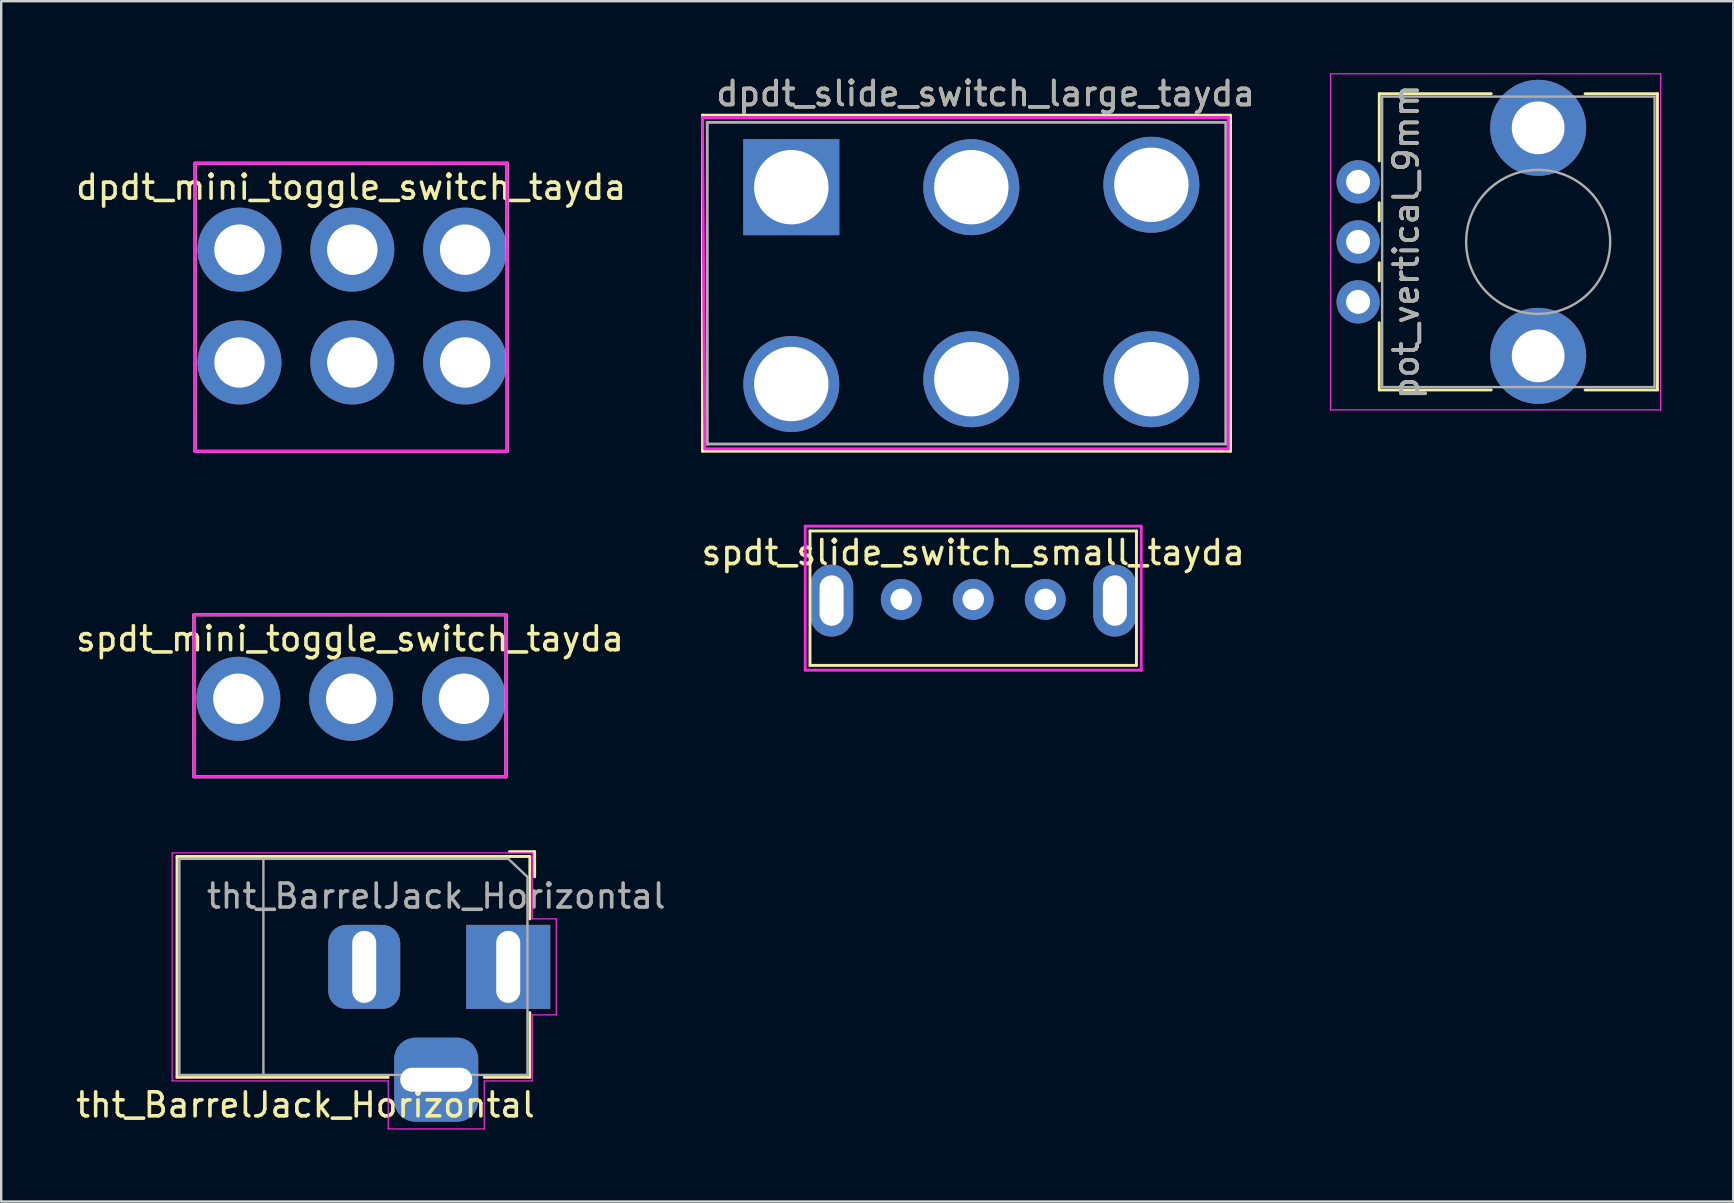
<source format=kicad_pcb>
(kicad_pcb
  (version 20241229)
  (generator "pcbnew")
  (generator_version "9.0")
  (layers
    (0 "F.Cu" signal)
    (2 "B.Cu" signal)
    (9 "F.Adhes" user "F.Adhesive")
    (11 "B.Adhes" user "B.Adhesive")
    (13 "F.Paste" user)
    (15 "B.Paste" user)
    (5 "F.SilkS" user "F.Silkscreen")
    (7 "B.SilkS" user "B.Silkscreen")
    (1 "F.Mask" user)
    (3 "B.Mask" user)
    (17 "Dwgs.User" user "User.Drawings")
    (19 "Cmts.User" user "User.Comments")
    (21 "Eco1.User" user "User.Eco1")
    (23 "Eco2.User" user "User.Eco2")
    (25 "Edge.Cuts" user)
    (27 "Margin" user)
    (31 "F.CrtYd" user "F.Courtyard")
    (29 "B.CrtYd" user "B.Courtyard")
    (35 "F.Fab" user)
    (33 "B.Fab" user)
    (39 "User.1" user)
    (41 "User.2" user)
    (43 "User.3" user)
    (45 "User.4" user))
  (footprint "spdt_slide_switch_small_tayda"
    (layer "F.Cu")
    (at 37.444 21.82)
    (property "Reference" "spdt_slide_switch_small_tayda" (at 0.05 -1.85 0) (layer "F.SilkS") (effects (font (size 1 1) (thickness 0.15))))
    (attr through_hole)
    (fp_line (start -6.75 -2.75) (end 6.85 -2.75) (stroke (width 0.12) (type solid)) (layer "F.SilkS"))
    (fp_line (start -6.75 2.85) (end -6.75 -2.75) (stroke (width 0.12) (type solid)) (layer "F.SilkS"))
    (fp_line (start 6.85 -2.75) (end 6.85 2.85) (stroke (width 0.12) (type solid)) (layer "F.SilkS"))
    (fp_line (start 6.85 2.85) (end -6.75 2.85) (stroke (width 0.12) (type solid)) (layer "F.SilkS"))
    (fp_line (start -6.95 -2.95) (end 7.05 -2.95) (stroke (width 0.12) (type solid)) (layer "F.CrtYd"))
    (fp_line (start -6.95 3.05) (end -6.95 -2.95) (stroke (width 0.12) (type solid)) (layer "F.CrtYd"))
    (fp_line (start 7.05 -2.95) (end 7.05 3.05) (stroke (width 0.12) (type solid)) (layer "F.CrtYd"))
    (fp_line (start 7.05 3.05) (end -6.95 3.05) (stroke (width 0.12) (type solid)) (layer "F.CrtYd"))
    (pad "" thru_hole oval (at -5.85 0.15) (size 1.8 3) (drill oval 1 2.1) (layers "*.Cu" "*.Mask"))
    (pad "" thru_hole oval (at 5.95 0.15) (size 1.8 3) (drill oval 1 2.1) (layers "*.Cu" "*.Mask"))
    (pad "1" thru_hole circle (at -2.95 0.1) (size 1.7 1.7) (drill 0.9) (layers "*.Cu" "*.Mask"))
    (pad "2" thru_hole circle (at 0.05 0.1) (size 1.7 1.7) (drill 0.9) (layers "*.Cu" "*.Mask"))
    (pad "3" thru_hole circle (at 3.05 0.1) (size 1.7 1.7) (drill 0.9) (layers "*.Cu" "*.Mask")))
  (footprint "spdt_mini_toggle_switch_tayda"
    (layer "F.Cu")
    (at 11.53 19.06)
    (property "Reference" "spdt_mini_toggle_switch_tayda" (at 0 4.5 0) (layer "F.SilkS") (effects (font (size 1 1) (thickness 0.15))))
    (attr through_hole)
    (fp_line (start -6.5 3.5) (end 6.5 3.5) (stroke (width 0.12) (type solid)) (layer "F.SilkS"))
    (fp_line (start -6.5 10.25) (end -6.5 3.5) (stroke (width 0.12) (type solid)) (layer "F.SilkS"))
    (fp_line (start 6.5 3.5) (end 6.5 7) (stroke (width 0.12) (type solid)) (layer "F.SilkS"))
    (fp_line (start 6.5 7) (end 6.5 10.25) (stroke (width 0.12) (type solid)) (layer "F.SilkS"))
    (fp_line (start 6.5 10.25) (end -6.5 10.25) (stroke (width 0.12) (type solid)) (layer "F.SilkS"))
    (fp_line (start -6.5 3.5) (end 6.5 3.5) (stroke (width 0.12) (type solid)) (layer "F.CrtYd"))
    (fp_line (start -6.5 10.25) (end -6.5 3.5) (stroke (width 0.12) (type solid)) (layer "F.CrtYd"))
    (fp_line (start 6.5 3.5) (end 6.5 10.25) (stroke (width 0.12) (type solid)) (layer "F.CrtYd"))
    (fp_line (start 6.5 10.25) (end -6.5 10.25) (stroke (width 0.12) (type solid)) (layer "F.CrtYd"))
    (fp_line (start -6.5 3.5) (end 6.5 3.5) (stroke (width 0.12) (type solid)) (layer "F.Fab"))
    (fp_line (start -6.5 10.25) (end -6.5 3.5) (stroke (width 0.12) (type solid)) (layer "F.Fab"))
    (fp_line (start 6.5 3.5) (end 6.5 10.25) (stroke (width 0.12) (type solid)) (layer "F.Fab"))
    (fp_line (start 6.5 10.25) (end -6.5 10.25) (stroke (width 0.12) (type solid)) (layer "F.Fab"))
    (pad "1" thru_hole circle (at -4.65 7) (size 3.5 3.5) (drill 2.1) (layers "*.Cu" "*.Mask"))
    (pad "2" thru_hole circle (at 0.05 7) (size 3.5 3.5) (drill 2.1) (layers "*.Cu" "*.Mask"))
    (pad "3" thru_hole circle (at 4.75 7) (size 3.5 3.5) (drill 2.1) (layers "*.Cu" "*.Mask")))
  (footprint "dpdt_mini_toggle_switch_tayda"
    (layer "F.Cu")
    (at 11.577 0.25)
    (property "Reference" "dpdt_mini_toggle_switch_tayda" (at 0 4.5 0) (layer "F.SilkS") (effects (font (size 1 1) (thickness 0.15))))
    (attr through_hole)
    (fp_line (start -6.5 3.5) (end 6.5 3.5) (stroke (width 0.12) (type solid)) (layer "F.SilkS"))
    (fp_line (start -6.5 15.5) (end -6.5 3.5) (stroke (width 0.12) (type solid)) (layer "F.SilkS"))
    (fp_line (start 6.5 3.5) (end 6.5 7) (stroke (width 0.12) (type solid)) (layer "F.SilkS"))
    (fp_line (start 6.5 3.5) (end 6.5 15.5) (stroke (width 0.12) (type solid)) (layer "F.SilkS"))
    (fp_line (start 6.5 15.5) (end -6.5 15.5) (stroke (width 0.12) (type solid)) (layer "F.SilkS"))
    (fp_line (start -6.5 3.5) (end 6.5 3.5) (stroke (width 0.12) (type solid)) (layer "F.CrtYd"))
    (fp_line (start -6.5 15.5) (end -6.5 3.5) (stroke (width 0.12) (type solid)) (layer "F.CrtYd"))
    (fp_line (start 6.5 3.5) (end 6.5 15.5) (stroke (width 0.12) (type solid)) (layer "F.CrtYd"))
    (fp_line (start 6.5 15.5) (end -6.5 15.5) (stroke (width 0.12) (type solid)) (layer "F.CrtYd"))
    (fp_line (start -6.5 3.5) (end 6.5 3.5) (stroke (width 0.12) (type solid)) (layer "F.Fab"))
    (fp_line (start -6.5 15.5) (end -6.5 3.5) (stroke (width 0.12) (type solid)) (layer "F.Fab"))
    (fp_line (start 6.5 3.5) (end 6.5 15.5) (stroke (width 0.12) (type solid)) (layer "F.Fab"))
    (fp_line (start 6.5 15.5) (end -6.5 15.5) (stroke (width 0.12) (type solid)) (layer "F.Fab"))
    (pad "1" thru_hole circle (at -4.65 7.1) (size 3.5 3.5) (drill 2.1) (layers "*.Cu" "*.Mask"))
    (pad "2" thru_hole circle (at 0.05 7.1) (size 3.5 3.5) (drill 2.1) (layers "*.Cu" "*.Mask"))
    (pad "3" thru_hole circle (at 4.75 7.1) (size 3.5 3.5) (drill 2.1) (layers "*.Cu" "*.Mask"))
    (pad "4" thru_hole circle (at -4.65 11.8) (size 3.5 3.5) (drill 2.1) (layers "*.Cu" "*.Mask"))
    (pad "5" thru_hole circle (at 0.05 11.8) (size 3.5 3.5) (drill 2.1) (layers "*.Cu" "*.Mask"))
    (pad "6" thru_hole circle (at 4.75 11.8) (size 3.5 3.5) (drill 2.1) (layers "*.Cu" "*.Mask")))
  (footprint "dpdt_slide_switch_large_tayda"
    (layer "F.Cu")
    (at 32.215 5.748)
    (property "Reference" "dpdt_slide_switch_large_tayda" (at 5.8 -4.9 0) (layer "F.SilkS") (effects (font (size 1 1) (thickness 0.15))))
    (attr through_hole)
    (fp_line (start -6 -4) (end 16 -4) (stroke (width 0.12) (type solid)) (layer "F.SilkS"))
    (fp_line (start -6 10) (end -6 -4) (stroke (width 0.12) (type solid)) (layer "F.SilkS"))
    (fp_line (start 16 -4) (end 16 10) (stroke (width 0.12) (type solid)) (layer "F.SilkS"))
    (fp_line (start 16 10) (end -6 10) (stroke (width 0.12) (type solid)) (layer "F.SilkS"))
    (fp_line (start -6 -3.9) (end -5.9 -3.9) (stroke (width 0.12) (type solid)) (layer "F.CrtYd"))
    (fp_line (start -5.9 -3.9) (end 15.9 -3.9) (stroke (width 0.12) (type solid)) (layer "F.CrtYd"))
    (fp_line (start -5.9 9.9) (end -6 -3.9) (stroke (width 0.12) (type solid)) (layer "F.CrtYd"))
    (fp_line (start 15.9 -3.9) (end 15.9 9.9) (stroke (width 0.12) (type solid)) (layer "F.CrtYd"))
    (fp_line (start 15.9 9.9) (end -5.9 9.9) (stroke (width 0.12) (type solid)) (layer "F.CrtYd"))
    (fp_line (start -5.8 -3.7) (end -5.7 -3.7) (stroke (width 0.12) (type solid)) (layer "F.Fab"))
    (fp_line (start -5.8 9.7) (end -5.8 -3.7) (stroke (width 0.12) (type solid)) (layer "F.Fab"))
    (fp_line (start -5.7 -3.7) (end 15.8 -3.7) (stroke (width 0.12) (type solid)) (layer "F.Fab"))
    (fp_line (start 15.8 -3.7) (end 15.8 9.7) (stroke (width 0.12) (type solid)) (layer "F.Fab"))
    (fp_line (start 15.8 9.7) (end -5.8 9.7) (stroke (width 0.12) (type solid)) (layer "F.Fab"))
    (fp_text user "${REFERENCE}" (at 5.8 -4.9 0) (layer "F.Fab") (effects (font (size 1 1) (thickness 0.15))))
    (pad "1" thru_hole rect (at -2.3 -1) (size 4 4) (drill 3.1) (layers "*.Cu" "*.Mask"))
    (pad "2" thru_hole circle (at 5.2 -1) (size 4 4) (drill 3.1) (layers "*.Cu" "*.Mask"))
    (pad "3" thru_hole circle (at 12.7 -1.1) (size 4 4) (drill 3.1) (layers "*.Cu" "*.Mask"))
    (pad "4" thru_hole circle (at -2.3 7.2) (size 4 4) (drill 3.1) (layers "*.Cu" "*.Mask"))
    (pad "5" thru_hole circle (at 5.2 7) (size 4 4) (drill 3.1) (layers "*.Cu" "*.Mask"))
    (pad "6" thru_hole circle (at 12.7 7) (size 4 4) (drill 3.1) (layers "*.Cu" "*.Mask")))
  (footprint "pot_vertical_9mm"
    (layer "F.Cu")
    (at 53.529 9.525)
    (property "Reference" "pot_vertical_9mm" (at 2 -2.5 270) (layer "F.SilkS") (effects (font (size 1 1) (thickness 0.15))))
    (attr through_hole)
    (fp_line (start 0.88 -8.67) (end 0.88 -5.871) (stroke (width 0.12) (type solid)) (layer "F.SilkS"))
    (fp_line (start 0.88 -8.67) (end 5.546 -8.67) (stroke (width 0.12) (type solid)) (layer "F.SilkS"))
    (fp_line (start 0.88 -4.129) (end 0.88 -3.37) (stroke (width 0.12) (type solid)) (layer "F.SilkS"))
    (fp_line (start 0.88 -1.629) (end 0.88 -0.87) (stroke (width 0.12) (type solid)) (layer "F.SilkS"))
    (fp_line (start 0.88 0.87) (end 0.88 3.67) (stroke (width 0.12) (type solid)) (layer "F.SilkS"))
    (fp_line (start 0.88 3.67) (end 5.546 3.67) (stroke (width 0.12) (type solid)) (layer "F.SilkS"))
    (fp_line (start 9.455 -8.67) (end 12.47 -8.67) (stroke (width 0.12) (type solid)) (layer "F.SilkS"))
    (fp_line (start 9.455 3.67) (end 12.47 3.67) (stroke (width 0.12) (type solid)) (layer "F.SilkS"))
    (fp_line (start 12.47 -8.67) (end 12.47 3.67) (stroke (width 0.12) (type solid)) (layer "F.SilkS"))
    (fp_line (start -1.15 -9.5) (end -1.15 4.5) (stroke (width 0.05) (type solid)) (layer "F.CrtYd"))
    (fp_line (start -1.15 4.5) (end 12.6 4.5) (stroke (width 0.05) (type solid)) (layer "F.CrtYd"))
    (fp_line (start 12.6 -9.5) (end -1.15 -9.5) (stroke (width 0.05) (type solid)) (layer "F.CrtYd"))
    (fp_line (start 12.6 4.5) (end 12.6 -9.5) (stroke (width 0.05) (type solid)) (layer "F.CrtYd"))
    (fp_line (start 1 -8.55) (end 1 3.55) (stroke (width 0.1) (type solid)) (layer "F.Fab"))
    (fp_line (start 1 3.55) (end 12.35 3.55) (stroke (width 0.1) (type solid)) (layer "F.Fab"))
    (fp_line (start 12.35 -8.55) (end 1 -8.55) (stroke (width 0.1) (type solid)) (layer "F.Fab"))
    (fp_line (start 12.35 3.55) (end 12.35 -8.55) (stroke (width 0.1) (type solid)) (layer "F.Fab"))
    (fp_circle (center 7.5 -2.5) (end 10.5 -2.5) (stroke (width 0.1) (type solid)) (fill no) (layer "F.Fab"))
    (fp_text user "${REFERENCE}" (at 2 -2.5 90) (layer "F.Fab") (effects (font (size 1 1) (thickness 0.15))))
    (pad "" np_thru_hole circle (at 7.5 -7.25) (size 4 4) (drill 2.2) (layers "*.Cu" "*.Mask"))
    (pad "" np_thru_hole circle (at 7.5 2.25) (size 4 4) (drill 2.2) (layers "*.Cu" "*.Mask"))
    (pad "1" thru_hole circle (at 0 0) (size 1.8 1.8) (drill 1) (layers "*.Cu" "*.Mask"))
    (pad "2" thru_hole circle (at 0 -2.5) (size 1.8 1.8) (drill 1) (layers "*.Cu" "*.Mask"))
    (pad "3" thru_hole circle (at 0 -5) (size 1.8 1.8) (drill 1) (layers "*.Cu" "*.Mask")))
  (footprint "tht_BarrelJack_Horizontal"
    (layer "F.Cu")
    (at 18.123 37.23)
    (property "Reference" "tht_BarrelJack_Horizontal" (at -8.45 5.75 0) (layer "F.SilkS") (effects (font (size 1 1) (thickness 0.15))))
    (attr through_hole)
    (fp_line (start -13.8 -4.6) (end 0.9 -4.6) (stroke (width 0.12) (type solid)) (layer "F.SilkS"))
    (fp_line (start -13.8 4.6) (end -13.8 -4.6) (stroke (width 0.12) (type solid)) (layer "F.SilkS"))
    (fp_line (start -5 4.6) (end -13.8 4.6) (stroke (width 0.12) (type solid)) (layer "F.SilkS"))
    (fp_line (start 0.05 -4.8) (end 1.1 -4.8) (stroke (width 0.12) (type solid)) (layer "F.SilkS"))
    (fp_line (start 0.9 -4.6) (end 0.9 -2) (stroke (width 0.12) (type solid)) (layer "F.SilkS"))
    (fp_line (start 0.9 1.9) (end 0.9 4.6) (stroke (width 0.12) (type solid)) (layer "F.SilkS"))
    (fp_line (start 0.9 4.6) (end -1 4.6) (stroke (width 0.12) (type solid)) (layer "F.SilkS"))
    (fp_line (start 1.1 -3.75) (end 1.1 -4.8) (stroke (width 0.12) (type solid)) (layer "F.SilkS"))
    (fp_line (start -14 4.75) (end -14 -4.75) (stroke (width 0.05) (type solid)) (layer "F.CrtYd"))
    (fp_line (start -5 4.75) (end -14 4.75) (stroke (width 0.05) (type solid)) (layer "F.CrtYd"))
    (fp_line (start -5 6.75) (end -5 4.75) (stroke (width 0.05) (type solid)) (layer "F.CrtYd"))
    (fp_line (start -1 4.75) (end -1 6.75) (stroke (width 0.05) (type solid)) (layer "F.CrtYd"))
    (fp_line (start -1 6.75) (end -5 6.75) (stroke (width 0.05) (type solid)) (layer "F.CrtYd"))
    (fp_line (start 1 -4.75) (end -14 -4.75) (stroke (width 0.05) (type solid)) (layer "F.CrtYd"))
    (fp_line (start 1 -4.5) (end 1 -4.75) (stroke (width 0.05) (type solid)) (layer "F.CrtYd"))
    (fp_line (start 1 -4.5) (end 1 -2) (stroke (width 0.05) (type solid)) (layer "F.CrtYd"))
    (fp_line (start 1 -2) (end 2 -2) (stroke (width 0.05) (type solid)) (layer "F.CrtYd"))
    (fp_line (start 1 2) (end 1 4.75) (stroke (width 0.05) (type solid)) (layer "F.CrtYd"))
    (fp_line (start 1 4.75) (end -1 4.75) (stroke (width 0.05) (type solid)) (layer "F.CrtYd"))
    (fp_line (start 2 -2) (end 2 2) (stroke (width 0.05) (type solid)) (layer "F.CrtYd"))
    (fp_line (start 2 2) (end 1 2) (stroke (width 0.05) (type solid)) (layer "F.CrtYd"))
    (fp_line (start -13.7 -4.5) (end -13.7 4.5) (stroke (width 0.1) (type solid)) (layer "F.Fab"))
    (fp_line (start -13.7 4.5) (end 0.8 4.5) (stroke (width 0.1) (type solid)) (layer "F.Fab"))
    (fp_line (start -10.2 -4.5) (end -10.2 4.5) (stroke (width 0.1) (type solid)) (layer "F.Fab"))
    (fp_line (start -0.003 -4.505) (end 0.8 -3.75) (stroke (width 0.1) (type solid)) (layer "F.Fab"))
    (fp_line (start 0 -4.5) (end -13.7 -4.5) (stroke (width 0.1) (type solid)) (layer "F.Fab"))
    (fp_line (start 0.8 4.5) (end 0.8 -3.75) (stroke (width 0.1) (type solid)) (layer "F.Fab"))
    (fp_text user "${REFERENCE}" (at -3 -2.95 0) (layer "F.Fab") (effects (font (size 1 1) (thickness 0.15))))
    (pad "1" thru_hole rect (at 0 0) (size 3.5 3.5) (drill oval 1 3) (layers "*.Cu" "*.Mask"))
    (pad "2" thru_hole roundrect (at -6 0) (size 3 3.5) (drill oval 1 3) (layers "*.Cu" "*.Mask") (roundrect_rratio 0.25))
    (pad "3" thru_hole roundrect (at -3 4.7) (size 3.5 3.5) (drill oval 3 1) (layers "*.Cu" "*.Mask") (roundrect_rratio 0.25)))
  (gr_rect
    (start -3 -3)
    (end 69.154 47.005)
    (stroke (width 0.1) (type default))
    (fill no)
    (layer "Edge.Cuts")))
</source>
